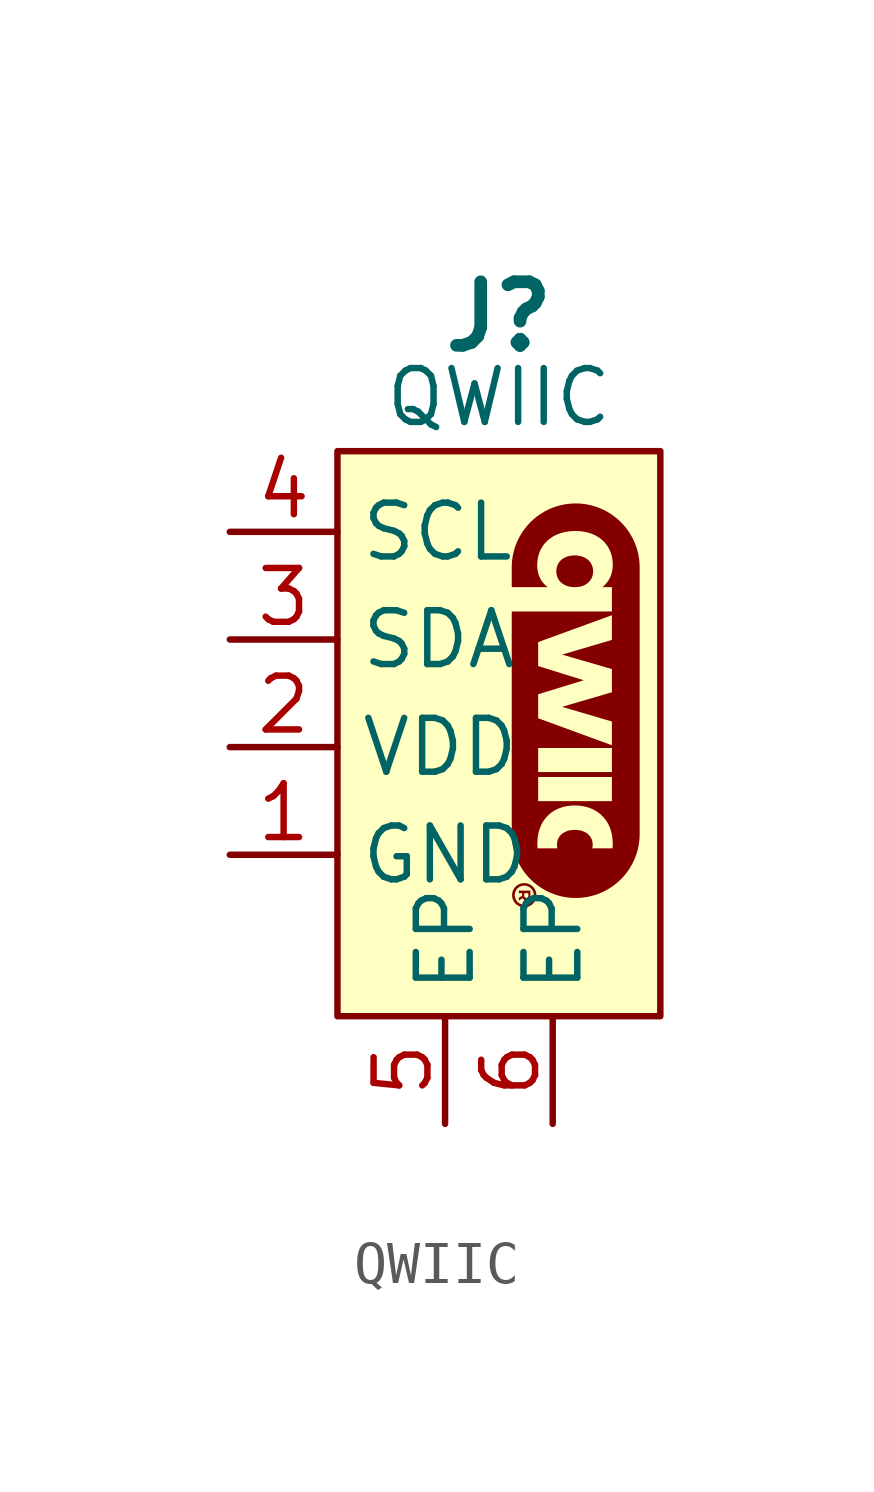
<source format=kicad_sym>
(kicad_symbol_lib
  (version 20231120)
  (generator "kicad_symbol_editor")
  (generator_version "8.0")
  (symbol "QWIIC"
    (property "Reference" "J"
      (at 0 0 0)
      (effects (font (size 1.5 1.5) (bold yes))))
    (property "Value" "QWIIC"
      (at 0 -1.905 0)
      (effects (font (size 1.27 1.27))))
    (symbol "QWIIC_1_0"
      (polyline (pts (xy 0.744 -13.675) (xy 0.743 -13.688) (xy 0.741 -13.699) (xy 0.739 -13.705) (xy 0.738 -13.71) (xy 0.736 -13.715) (xy 0.734 -13.72) (xy 0.732 -13.725) (xy 0.73 -13.729) (xy 0.728 -13.734) (xy 0.725 -13.738) (xy 0.722 -13.742) (xy 0.72 -13.746) (xy 0.716 -13.749) (xy 0.713 -13.752) (xy 0.71 -13.755) (xy 0.706 -13.758) (xy 0.702 -13.761) (xy 0.698 -13.763) (xy 0.694 -13.765) (xy 0.69 -13.767) (xy 0.685 -13.769) (xy 0.681 -13.771) (xy 0.676 -13.772) (xy 0.671 -13.773) (xy 0.666 -13.774) (xy 0.661 -13.774) (xy 0.655 -13.775) (xy 0.65 -13.775) (xy 0.642 -13.775) (xy 0.634 -13.774) (xy 0.627 -13.773) (xy 0.62 -13.771) (xy 0.613 -13.77) (xy 0.607 -13.767) (xy 0.601 -13.764) (xy 0.595 -13.761) (xy 0.59 -13.758) (xy 0.585 -13.754) (xy 0.58 -13.75) (xy 0.575 -13.745) (xy 0.571 -13.74) (xy 0.568 -13.735) (xy 0.564 -13.729) (xy 0.561 -13.723) (xy 0.561 -13.723) (xy 0.47 -13.783) (xy 0.47 -13.713) (xy 0.549 -13.669) (xy 0.549 -13.606) (xy 0.47 -13.606) (xy 0.47 -13.546) (xy 0.695 -13.546) (xy 0.695 -13.607) (xy 0.598 -13.607) (xy 0.598 -13.662) (xy 0.598 -13.668) (xy 0.599 -13.671) (xy 0.599 -13.674) (xy 0.6 -13.677) (xy 0.6 -13.68) (xy 0.601 -13.683) (xy 0.602 -13.685) (xy 0.602 -13.688) (xy 0.603 -13.69) (xy 0.604 -13.692) (xy 0.606 -13.695) (xy 0.607 -13.697) (xy 0.608 -13.699) (xy 0.61 -13.701) (xy 0.611 -13.703) (xy 0.613 -13.704) (xy 0.614 -13.706) (xy 0.616 -13.707) (xy 0.618 -13.709) (xy 0.62 -13.71) (xy 0.622 -13.711) (xy 0.624 -13.712) (xy 0.626 -13.713) (xy 0.629 -13.714) (xy 0.631 -13.715) (xy 0.634 -13.716) (xy 0.636 -13.716) (xy 0.639 -13.716) (xy 0.641 -13.717) (xy 0.644 -13.717) (xy 0.647 -13.717) (xy 0.65 -13.717) (xy 0.653 -13.717) (xy 0.656 -13.716) (xy 0.658 -13.716) (xy 0.661 -13.716) (xy 0.663 -13.715) (xy 0.666 -13.714) (xy 0.668 -13.713) (xy 0.67 -13.712) (xy 0.672 -13.711) (xy 0.674 -13.71) (xy 0.676 -13.709) (xy 0.678 -13.707) (xy 0.68 -13.706) (xy 0.681 -13.704) (xy 0.683 -13.703) (xy 0.684 -13.701) (xy 0.686 -13.699) (xy 0.687 -13.697) (xy 0.688 -13.695) (xy 0.689 -13.692) (xy 0.69 -13.69) (xy 0.691 -13.688) (xy 0.692 -13.685) (xy 0.693 -13.683) (xy 0.694 -13.68) (xy 0.694 -13.677) (xy 0.694 -13.674) (xy 0.695 -13.671) (xy 0.695 -13.668) (xy 0.695 -13.665) (xy 0.695 -13.662) (xy 0.695 -13.607) (xy 0.695 -13.546) (xy 0.744 -13.546) (xy 0.744 -13.662) (xy 0.744 -13.675)) (stroke (width -0.0001) (type solid)) (fill (type outline)))
      (polyline (pts (xy 2.223 -6.032) (xy 2.221 -6.053) (xy 2.219 -6.072) (xy 2.215 -6.092) (xy 2.211 -6.11) (xy 2.205 -6.129) (xy 2.199 -6.146) (xy 2.192 -6.164) (xy 2.184 -6.181) (xy 2.175 -6.197) (xy 2.165 -6.212) (xy 2.154 -6.228) (xy 2.143 -6.242) (xy 2.131 -6.256) (xy 2.118 -6.269) (xy 2.104 -6.282) (xy 2.089 -6.294) (xy 2.074 -6.305) (xy 2.058 -6.316) (xy 2.041 -6.325) (xy 2.023 -6.335) (xy 2.005 -6.343) (xy 1.986 -6.351) (xy 1.967 -6.358) (xy 1.947 -6.364) (xy 1.926 -6.37) (xy 1.904 -6.374) (xy 1.882 -6.378) (xy 1.86 -6.381) (xy 1.837 -6.383) (xy 1.813 -6.385) (xy 1.789 -6.385) (xy 1.765 -6.385) (xy 1.742 -6.383) (xy 1.719 -6.381) (xy 1.696 -6.378) (xy 1.675 -6.374) (xy 1.653 -6.37) (xy 1.633 -6.364) (xy 1.613 -6.358) (xy 1.593 -6.351) (xy 1.574 -6.343) (xy 1.556 -6.335) (xy 1.538 -6.325) (xy 1.522 -6.316) (xy 1.506 -6.305) (xy 1.49 -6.294) (xy 1.475 -6.282) (xy 1.462 -6.269) (xy 1.448 -6.256) (xy 1.436 -6.242) (xy 1.424 -6.228) (xy 1.414 -6.212) (xy 1.404 -6.197) (xy 1.395 -6.181) (xy 1.387 -6.164) (xy 1.379 -6.146) (xy 1.373 -6.129) (xy 1.367 -6.11) (xy 1.363 -6.092) (xy 1.359 -6.072) (xy 1.357 -6.053) (xy 1.355 -6.032) (xy 1.355 -6.012) (xy 1.355 -5.991) (xy 1.357 -5.971) (xy 1.359 -5.951) (xy 1.363 -5.931) (xy 1.367 -5.912) (xy 1.373 -5.894) (xy 1.379 -5.876) (xy 1.387 -5.858) (xy 1.395 -5.841) (xy 1.404 -5.825) (xy 1.414 -5.809) (xy 1.424 -5.794) (xy 1.436 -5.779) (xy 1.448 -5.765) (xy 1.462 -5.752) (xy 1.475 -5.739) (xy 1.49 -5.727) (xy 1.506 -5.716) (xy 1.522 -5.705) (xy 1.538 -5.695) (xy 1.556 -5.686) (xy 1.574 -5.678) (xy 1.593 -5.67) (xy 1.613 -5.663) (xy 1.633 -5.657) (xy 1.653 -5.651) (xy 1.675 -5.646) (xy 1.696 -5.643) (xy 1.719 -5.64) (xy 1.742 -5.637) (xy 1.765 -5.636) (xy 1.789 -5.636) (xy 1.813 -5.636) (xy 1.836 -5.637) (xy 1.859 -5.64) (xy 1.881 -5.643) (xy 1.903 -5.646) (xy 1.925 -5.651) (xy 1.945 -5.657) (xy 1.965 -5.663) (xy 1.985 -5.67) (xy 2.004 -5.678) (xy 2.022 -5.686) (xy 2.039 -5.695) (xy 2.056 -5.705) (xy 2.072 -5.716) (xy 2.088 -5.727) (xy 2.103 -5.739) (xy 2.116 -5.752) (xy 2.13 -5.765) (xy 2.142 -5.779) (xy 2.154 -5.794) (xy 2.164 -5.809) (xy 2.174 -5.825) (xy 2.183 -5.841) (xy 2.191 -5.858) (xy 2.199 -5.875) (xy 2.205 -5.894) (xy 2.211 -5.912) (xy 2.215 -5.931) (xy 2.219 -5.95) (xy 2.221 -5.971) (xy 2.223 -5.991) (xy 2.223 -6.012) (xy 2.223 -6.032)) (stroke (width -0.0001) (type solid)) (fill (type outline)))
      (polyline (pts (xy 0.885 -13.669) (xy 0.884 -13.684) (xy 0.882 -13.698) (xy 0.879 -13.713) (xy 0.876 -13.727) (xy 0.872 -13.74) (xy 0.868 -13.754) (xy 0.863 -13.767) (xy 0.857 -13.779) (xy 0.851 -13.792) (xy 0.844 -13.804) (xy 0.836 -13.815) (xy 0.828 -13.826) (xy 0.82 -13.837) (xy 0.811 -13.847) (xy 0.801 -13.857) (xy 0.791 -13.867) (xy 0.781 -13.875) (xy 0.77 -13.884) (xy 0.759 -13.892) (xy 0.747 -13.899) (xy 0.735 -13.906) (xy 0.723 -13.912) (xy 0.71 -13.918) (xy 0.697 -13.923) (xy 0.684 -13.927) (xy 0.67 -13.931) (xy 0.657 -13.934) (xy 0.642 -13.937) (xy 0.628 -13.938) (xy 0.614 -13.939) (xy 0.599 -13.94) (xy 0.585 -13.939) (xy 0.57 -13.938) (xy 0.556 -13.937) (xy 0.542 -13.934) (xy 0.528 -13.931) (xy 0.515 -13.927) (xy 0.501 -13.923) (xy 0.488 -13.918) (xy 0.476 -13.912) (xy 0.463 -13.906) (xy 0.451 -13.899) (xy 0.44 -13.891) (xy 0.428 -13.883) (xy 0.417 -13.875) (xy 0.407 -13.866) (xy 0.397 -13.857) (xy 0.387 -13.847) (xy 0.378 -13.836) (xy 0.369 -13.826) (xy 0.361 -13.814) (xy 0.354 -13.803) (xy 0.347 -13.791) (xy 0.34 -13.778) (xy 0.334 -13.766) (xy 0.329 -13.753) (xy 0.325 -13.739) (xy 0.321 -13.726) (xy 0.317 -13.711) (xy 0.315 -13.697) (xy 0.313 -13.683) (xy 0.312 -13.668) (xy 0.311 -13.653) (xy 0.312 -13.638) (xy 0.313 -13.623) (xy 0.315 -13.609) (xy 0.317 -13.595) (xy 0.321 -13.581) (xy 0.324 -13.567) (xy 0.329 -13.554) (xy 0.334 -13.541) (xy 0.34 -13.528) (xy 0.346 -13.516) (xy 0.353 -13.504) (xy 0.361 -13.492) (xy 0.369 -13.481) (xy 0.377 -13.471) (xy 0.386 -13.46) (xy 0.396 -13.451) (xy 0.406 -13.441) (xy 0.416 -13.432) (xy 0.427 -13.424) (xy 0.438 -13.416) (xy 0.45 -13.409) (xy 0.462 -13.402) (xy 0.474 -13.396) (xy 0.487 -13.39) (xy 0.5 -13.385) (xy 0.513 -13.381) (xy 0.526 -13.377) (xy 0.54 -13.374) (xy 0.554 -13.372) (xy 0.569 -13.37) (xy 0.583 -13.369) (xy 0.597 -13.368) (xy 0.598 -13.368) (xy 0.598 -13.429) (xy 0.586 -13.429) (xy 0.575 -13.43) (xy 0.564 -13.432) (xy 0.553 -13.434) (xy 0.542 -13.436) (xy 0.532 -13.439) (xy 0.521 -13.442) (xy 0.511 -13.446) (xy 0.501 -13.451) (xy 0.492 -13.456) (xy 0.483 -13.461) (xy 0.473 -13.466) (xy 0.465 -13.473) (xy 0.456 -13.479) (xy 0.448 -13.486) (xy 0.441 -13.493) (xy 0.433 -13.501) (xy 0.426 -13.509) (xy 0.419 -13.518) (xy 0.413 -13.526) (xy 0.407 -13.535) (xy 0.402 -13.545) (xy 0.397 -13.554) (xy 0.393 -13.564) (xy 0.389 -13.575) (xy 0.385 -13.585) (xy 0.382 -13.596) (xy 0.38 -13.607) (xy 0.378 -13.618) (xy 0.376 -13.629) (xy 0.375 -13.641) (xy 0.375 -13.653) (xy 0.375 -13.665) (xy 0.376 -13.676) (xy 0.378 -13.688) (xy 0.38 -13.699) (xy 0.382 -13.71) (xy 0.385 -13.721) (xy 0.389 -13.732) (xy 0.393 -13.742) (xy 0.397 -13.752) (xy 0.402 -13.762) (xy 0.408 -13.771) (xy 0.414 -13.781) (xy 0.42 -13.789) (xy 0.427 -13.798) (xy 0.434 -13.806) (xy 0.441 -13.814) (xy 0.449 -13.821) (xy 0.457 -13.828) (xy 0.466 -13.835) (xy 0.475 -13.841) (xy 0.484 -13.847) (xy 0.493 -13.852) (xy 0.503 -13.857) (xy 0.513 -13.861) (xy 0.523 -13.865) (xy 0.533 -13.869) (xy 0.544 -13.872) (xy 0.555 -13.874) (xy 0.566 -13.876) (xy 0.577 -13.878) (xy 0.588 -13.879) (xy 0.6 -13.879) (xy 0.599 -13.879) (xy 0.599 -13.879) (xy 0.599 -13.879) (xy 0.611 -13.879) (xy 0.622 -13.878) (xy 0.633 -13.877) (xy 0.644 -13.874) (xy 0.655 -13.872) (xy 0.665 -13.869) (xy 0.675 -13.866) (xy 0.686 -13.862) (xy 0.695 -13.857) (xy 0.705 -13.852) (xy 0.714 -13.847) (xy 0.723 -13.841) (xy 0.732 -13.835) (xy 0.741 -13.829) (xy 0.749 -13.822) (xy 0.756 -13.814) (xy 0.764 -13.806) (xy 0.771 -13.798) (xy 0.777 -13.79) (xy 0.784 -13.781) (xy 0.789 -13.772) (xy 0.795 -13.763) (xy 0.8 -13.753) (xy 0.804 -13.743) (xy 0.808 -13.733) (xy 0.812 -13.722) (xy 0.815 -13.711) (xy 0.817 -13.7) (xy 0.819 -13.689) (xy 0.821 -13.678) (xy 0.822 -13.666) (xy 0.822 -13.655) (xy 0.822 -13.643) (xy 0.821 -13.631) (xy 0.819 -13.619) (xy 0.817 -13.608) (xy 0.815 -13.597) (xy 0.812 -13.586) (xy 0.808 -13.576) (xy 0.804 -13.566) (xy 0.8 -13.555) (xy 0.795 -13.546) (xy 0.789 -13.536) (xy 0.783 -13.527) (xy 0.777 -13.518) (xy 0.77 -13.51) (xy 0.763 -13.502) (xy 0.756 -13.494) (xy 0.748 -13.487) (xy 0.74 -13.48) (xy 0.731 -13.473) (xy 0.722 -13.467) (xy 0.713 -13.461) (xy 0.704 -13.456) (xy 0.694 -13.451) (xy 0.684 -13.446) (xy 0.674 -13.443) (xy 0.664 -13.439) (xy 0.653 -13.436) (xy 0.642 -13.434) (xy 0.631 -13.432) (xy 0.62 -13.43) (xy 0.609 -13.429) (xy 0.598 -13.429) (xy 0.598 -13.368) (xy 0.612 -13.369) (xy 0.626 -13.37) (xy 0.641 -13.372) (xy 0.655 -13.374) (xy 0.668 -13.377) (xy 0.682 -13.381) (xy 0.695 -13.386) (xy 0.708 -13.39) (xy 0.721 -13.396) (xy 0.733 -13.402) (xy 0.745 -13.409) (xy 0.757 -13.416) (xy 0.768 -13.424) (xy 0.779 -13.433) (xy 0.79 -13.442) (xy 0.8 -13.451) (xy 0.809 -13.461) (xy 0.819 -13.471) (xy 0.827 -13.482) (xy 0.835 -13.493) (xy 0.843 -13.505) (xy 0.85 -13.517) (xy 0.856 -13.529) (xy 0.862 -13.542) (xy 0.867 -13.555) (xy 0.872 -13.568) (xy 0.876 -13.582) (xy 0.879 -13.596) (xy 0.882 -13.61) (xy 0.884 -13.625) (xy 0.885 -13.639) (xy 0.885 -13.655) (xy 0.885 -13.669)) (stroke (width -0.0001) (type solid)) (fill (type outline)))
      (polyline (pts (xy 3.32 -12.288) (xy 3.314 -12.365) (xy 3.304 -12.441) (xy 3.291 -12.515) (xy 3.274 -12.588) (xy 3.254 -12.66) (xy 3.23 -12.73) (xy 3.203 -12.798) (xy 3.173 -12.865) (xy 3.14 -12.93) (xy 3.103 -12.993) (xy 3.064 -13.055) (xy 3.022 -13.114) (xy 2.977 -13.171) (xy 2.93 -13.226) (xy 2.88 -13.278) (xy 2.827 -13.328) (xy 2.772 -13.375) (xy 2.716 -13.42) (xy 2.656 -13.462) (xy 2.595 -13.502) (xy 2.532 -13.538) (xy 2.467 -13.571) (xy 2.4 -13.601) (xy 2.331 -13.628) (xy 2.261 -13.652) (xy 2.19 -13.672) (xy 2.117 -13.689) (xy 2.042 -13.703) (xy 1.967 -13.712) (xy 1.89 -13.718) (xy 1.813 -13.72) (xy 1.735 -13.718) (xy 1.658 -13.712) (xy 1.583 -13.703) (xy 1.508 -13.689) (xy 1.435 -13.672) (xy 1.364 -13.652) (xy 1.294 -13.628) (xy 1.225 -13.601) (xy 1.158 -13.571) (xy 1.093 -13.538) (xy 1.03 -13.502) (xy 0.969 -13.462) (xy 0.909 -13.42) (xy 0.853 -13.375) (xy 0.798 -13.328) (xy 0.745 -13.278) (xy 0.695 -13.226) (xy 0.648 -13.171) (xy 0.603 -13.114) (xy 0.561 -13.055) (xy 0.522 -12.993) (xy 0.485 -12.93) (xy 0.452 -12.865) (xy 0.422 -12.798) (xy 0.395 -12.73) (xy 0.371 -12.659) (xy 0.351 -12.588) (xy 0.334 -12.515) (xy 0.321 -12.441) (xy 0.311 -12.365) (xy 0.305 -12.288) (xy 0.303 -12.211) (xy 0.303 -6.958) (xy 2.667 -6.958) (xy 2.667 -7.047) (xy 0.927 -7.681) (xy 0.927 -8.247) (xy 2.001 -8.582) (xy 0.927 -8.913) (xy 0.927 -9.479) (xy 2.667 -10.116) (xy 2.667 -10.18) (xy 0.927 -10.18) (xy 0.927 -10.749) (xy 2.667 -10.749) (xy 2.667 -10.865) (xy 0.927 -10.865) (xy 0.927 -11.434) (xy 1.789 -11.434) (xy 1.789 -11.537) (xy 1.74 -11.538) (xy 1.692 -11.541) (xy 1.645 -11.547) (xy 1.599 -11.554) (xy 1.554 -11.563) (xy 1.51 -11.574) (xy 1.468 -11.587) (xy 1.427 -11.601) (xy 1.388 -11.618) (xy 1.349 -11.636) (xy 1.312 -11.657) (xy 1.277 -11.679) (xy 1.243 -11.702) (xy 1.21 -11.727) (xy 1.179 -11.754) (xy 1.149 -11.783) (xy 1.121 -11.813) (xy 1.095 -11.845) (xy 1.07 -11.878) (xy 1.046 -11.912) (xy 1.025 -11.949) (xy 1.005 -11.986) (xy 0.987 -12.025) (xy 0.971 -12.065) (xy 0.956 -12.107) (xy 0.943 -12.149) (xy 0.933 -12.194) (xy 0.924 -12.239) (xy 0.917 -12.285) (xy 0.912 -12.333) (xy 0.909 -12.382) (xy 0.908 -12.431) (xy 0.908 -12.447) (xy 0.908 -12.461) (xy 0.908 -12.476) (xy 0.909 -12.491) (xy 0.91 -12.506) (xy 0.911 -12.52) (xy 0.913 -12.549) (xy 1.379 -12.549) (xy 1.377 -12.539) (xy 1.376 -12.528) (xy 1.374 -12.517) (xy 1.373 -12.506) (xy 1.372 -12.495) (xy 1.371 -12.483) (xy 1.371 -12.472) (xy 1.371 -12.46) (xy 1.371 -12.441) (xy 1.373 -12.423) (xy 1.375 -12.404) (xy 1.378 -12.386) (xy 1.383 -12.369) (xy 1.388 -12.352) (xy 1.394 -12.335) (xy 1.401 -12.319) (xy 1.409 -12.304) (xy 1.417 -12.289) (xy 1.427 -12.274) (xy 1.437 -12.26) (xy 1.448 -12.246) (xy 1.46 -12.233) (xy 1.473 -12.221) (xy 1.486 -12.209) (xy 1.5 -12.198) (xy 1.515 -12.188) (xy 1.531 -12.178) (xy 1.547 -12.169) (xy 1.564 -12.16) (xy 1.582 -12.152) (xy 1.6 -12.145) (xy 1.619 -12.138) (xy 1.639 -12.132) (xy 1.659 -12.127) (xy 1.68 -12.123) (xy 1.701 -12.119) (xy 1.745 -12.115) (xy 1.792 -12.113) (xy 1.815 -12.113) (xy 1.838 -12.115) (xy 1.86 -12.117) (xy 1.882 -12.119) (xy 1.903 -12.123) (xy 1.924 -12.127) (xy 1.944 -12.132) (xy 1.964 -12.138) (xy 1.983 -12.145) (xy 2.001 -12.152) (xy 2.019 -12.16) (xy 2.036 -12.169) (xy 2.052 -12.178) (xy 2.068 -12.188) (xy 2.083 -12.198) (xy 2.097 -12.209) (xy 2.11 -12.221) (xy 2.123 -12.233) (xy 2.135 -12.246) (xy 2.146 -12.26) (xy 2.157 -12.274) (xy 2.166 -12.289) (xy 2.175 -12.304) (xy 2.183 -12.319) (xy 2.19 -12.335) (xy 2.196 -12.352) (xy 2.201 -12.369) (xy 2.206 -12.386) (xy 2.209 -12.404) (xy 2.211 -12.423) (xy 2.213 -12.441) (xy 2.213 -12.46) (xy 2.213 -12.472) (xy 2.213 -12.483) (xy 2.212 -12.495) (xy 2.211 -12.506) (xy 2.209 -12.517) (xy 2.208 -12.528) (xy 2.206 -12.539) (xy 2.204 -12.549) (xy 2.681 -12.549) (xy 2.682 -12.536) (xy 2.683 -12.522) (xy 2.684 -12.508) (xy 2.685 -12.494) (xy 2.686 -12.48) (xy 2.686 -12.466) (xy 2.686 -12.452) (xy 2.686 -12.438) (xy 2.685 -12.388) (xy 2.682 -12.339) (xy 2.677 -12.291) (xy 2.67 -12.244) (xy 2.661 -12.198) (xy 2.65 -12.154) (xy 2.637 -12.111) (xy 2.622 -12.069) (xy 2.606 -12.029) (xy 2.587 -11.99) (xy 2.567 -11.952) (xy 2.545 -11.915) (xy 2.521 -11.881) (xy 2.496 -11.847) (xy 2.469 -11.815) (xy 2.44 -11.785) (xy 2.41 -11.756) (xy 2.378 -11.729) (xy 2.345 -11.704) (xy 2.31 -11.68) (xy 2.274 -11.658) (xy 2.237 -11.637) (xy 2.198 -11.619) (xy 2.157 -11.602) (xy 2.115 -11.587) (xy 2.072 -11.574) (xy 2.028 -11.563) (xy 1.983 -11.554) (xy 1.936 -11.547) (xy 1.888 -11.541) (xy 1.839 -11.538) (xy 1.789 -11.537) (xy 1.789 -11.434) (xy 2.667 -11.434) (xy 2.667 -10.865) (xy 2.667 -10.749) (xy 2.667 -10.18) (xy 2.667 -10.116) (xy 2.667 -9.556) (xy 1.49 -9.209) (xy 2.667 -8.865) (xy 2.667 -8.318) (xy 1.49 -7.977) (xy 2.667 -7.63) (xy 2.667 -7.047) (xy 2.667 -6.958) (xy 2.667 -6.958) (xy 2.667 -6.385) (xy 2.439 -6.385) (xy 2.468 -6.362) (xy 2.495 -6.337) (xy 2.52 -6.311) (xy 2.544 -6.283) (xy 2.566 -6.254) (xy 2.587 -6.224) (xy 2.605 -6.193) (xy 2.622 -6.16) (xy 2.637 -6.126) (xy 2.65 -6.091) (xy 2.661 -6.055) (xy 2.67 -6.018) (xy 2.677 -5.98) (xy 2.682 -5.94) (xy 2.686 -5.899) (xy 2.687 -5.858) (xy 2.686 -5.813) (xy 2.683 -5.77) (xy 2.678 -5.727) (xy 2.671 -5.686) (xy 2.662 -5.645) (xy 2.651 -5.606) (xy 2.638 -5.568) (xy 2.623 -5.531) (xy 2.607 -5.495) (xy 2.589 -5.46) (xy 2.569 -5.427) (xy 2.548 -5.395) (xy 2.524 -5.364) (xy 2.499 -5.334) (xy 2.473 -5.306) (xy 2.445 -5.279) (xy 2.415 -5.254) (xy 2.384 -5.23) (xy 2.351 -5.207) (xy 2.317 -5.186) (xy 2.282 -5.166) (xy 2.245 -5.148) (xy 2.206 -5.132) (xy 2.167 -5.117) (xy 2.126 -5.104) (xy 2.084 -5.092) (xy 2.04 -5.083) (xy 1.995 -5.074) (xy 1.95 -5.068) (xy 1.903 -5.064) (xy 1.854 -5.061) (xy 1.805 -5.06) (xy 1.755 -5.061) (xy 1.706 -5.064) (xy 1.658 -5.068) (xy 1.611 -5.075) (xy 1.566 -5.083) (xy 1.522 -5.093) (xy 1.478 -5.104) (xy 1.437 -5.118) (xy 1.396 -5.133) (xy 1.357 -5.149) (xy 1.319 -5.168) (xy 1.283 -5.187) (xy 1.248 -5.209) (xy 1.214 -5.232) (xy 1.183 -5.256) (xy 1.152 -5.282) (xy 1.123 -5.309) (xy 1.096 -5.338) (xy 1.071 -5.368) (xy 1.047 -5.399) (xy 1.025 -5.432) (xy 1.005 -5.466) (xy 0.986 -5.501) (xy 0.969 -5.537) (xy 0.954 -5.575) (xy 0.941 -5.614) (xy 0.93 -5.654) (xy 0.921 -5.695) (xy 0.914 -5.737) (xy 0.909 -5.781) (xy 0.906 -5.825) (xy 0.904 -5.87) (xy 0.905 -5.911) (xy 0.909 -5.95) (xy 0.914 -5.989) (xy 0.921 -6.026) (xy 0.93 -6.063) (xy 0.941 -6.098) (xy 0.953 -6.132) (xy 0.968 -6.165) (xy 0.985 -6.197) (xy 1.003 -6.228) (xy 1.024 -6.257) (xy 1.046 -6.285) (xy 1.07 -6.312) (xy 1.095 -6.338) (xy 1.123 -6.362) (xy 1.152 -6.385) (xy 0.303 -6.385) (xy 0.303 -5.918) (xy 0.305 -5.841) (xy 0.311 -5.764) (xy 0.32 -5.689) (xy 0.334 -5.614) (xy 0.351 -5.541) (xy 0.371 -5.47) (xy 0.395 -5.399) (xy 0.422 -5.331) (xy 0.452 -5.264) (xy 0.485 -5.199) (xy 0.522 -5.136) (xy 0.561 -5.075) (xy 0.603 -5.015) (xy 0.648 -4.958) (xy 0.695 -4.904) (xy 0.745 -4.851) (xy 0.798 -4.801) (xy 0.852 -4.754) (xy 0.909 -4.709) (xy 0.969 -4.667) (xy 1.03 -4.628) (xy 1.093 -4.591) (xy 1.158 -4.558) (xy 1.225 -4.528) (xy 1.293 -4.501) (xy 1.364 -4.477) (xy 1.435 -4.457) (xy 1.508 -4.44) (xy 1.583 -4.426) (xy 1.658 -4.417) (xy 1.735 -4.411) (xy 1.812 -4.409) (xy 1.89 -4.411) (xy 1.967 -4.417) (xy 2.042 -4.426) (xy 2.116 -4.44) (xy 2.189 -4.457) (xy 2.261 -4.477) (xy 2.331 -4.501) (xy 2.4 -4.528) (xy 2.467 -4.558) (xy 2.532 -4.591) (xy 2.595 -4.628) (xy 2.656 -4.667) (xy 2.715 -4.709) (xy 2.772 -4.754) (xy 2.827 -4.801) (xy 2.88 -4.851) (xy 2.929 -4.904) (xy 2.977 -4.958) (xy 3.022 -5.015) (xy 3.064 -5.075) (xy 3.103 -5.136) (xy 3.139 -5.199) (xy 3.173 -5.264) (xy 3.203 -5.331) (xy 3.23 -5.399) (xy 3.254 -5.47) (xy 3.274 -5.541) (xy 3.291 -5.614) (xy 3.304 -5.689) (xy 3.314 -5.764) (xy 3.32 -5.841) (xy 3.322 -5.918) (xy 3.322 -12.21) (xy 3.322 -12.211) (xy 3.32 -12.288)) (stroke (width -0.0001) (type solid)) (fill (type outline))))
    (symbol "QWIIC_1_1"
      (rectangle (start -3.81 -3.175) (end 3.81 -16.51) (stroke (width 0) (type default)) (fill (type background)))
      (pin passive line (at -6.35 -12.7 0) (length 2.54) (name "GND" (effects (font (size 1.27 1.27)))) (number "1" (effects (font (size 1.27 1.27)))))
      (pin passive line (at -6.35 -10.16 0) (length 2.54) (name "VDD" (effects (font (size 1.27 1.27)))) (number "2" (effects (font (size 1.27 1.27)))))
      (pin bidirectional line (at -6.35 -7.62 0) (length 2.54) (name "SDA" (effects (font (size 1.27 1.27)))) (number "3" (effects (font (size 1.27 1.27)))))
      (pin bidirectional line (at -6.35 -5.08 0) (length 2.54) (name "SCL" (effects (font (size 1.27 1.27)))) (number "4" (effects (font (size 1.27 1.27)))))
      (pin passive line (at -1.27 -19.05 90) (length 2.54) (name "EP" (effects (font (size 1.27 1.27)))) (number "5" (effects (font (size 1.27 1.27)))))
      (pin passive line (at 1.27 -19.05 90) (length 2.54) (name "EP" (effects (font (size 1.27 1.27)))) (number "6" (effects (font (size 1.27 1.27))))))))
</source>
